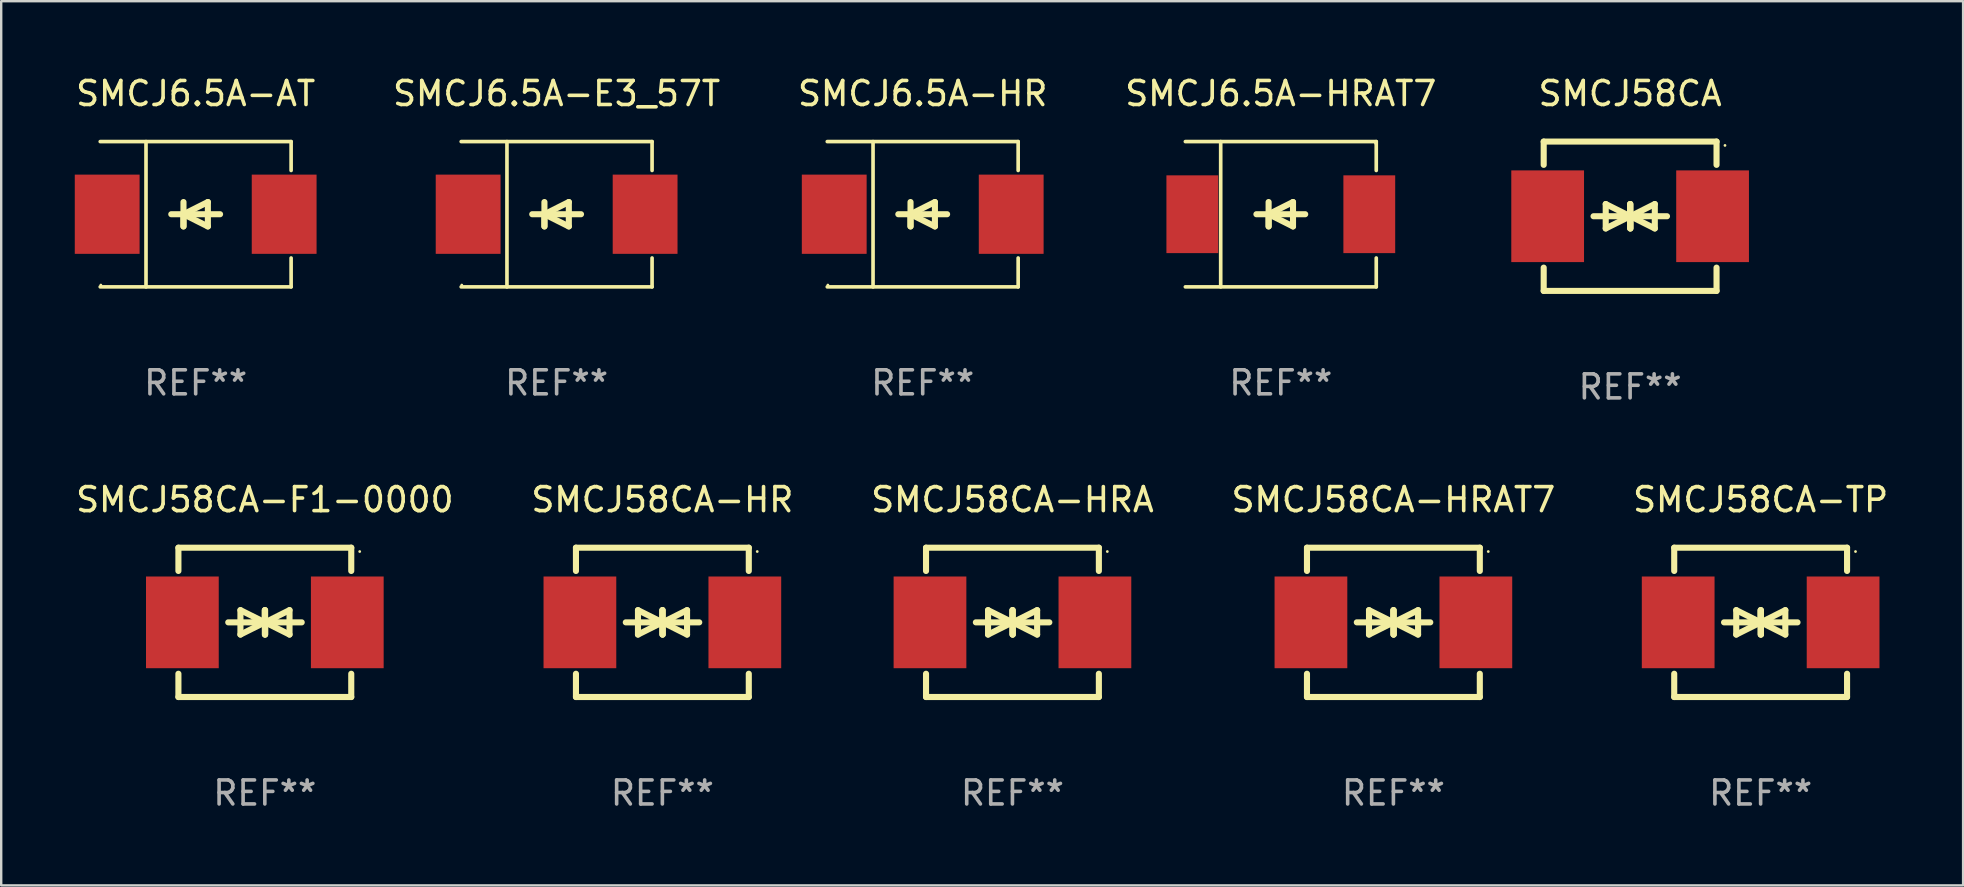
<source format=kicad_pcb>
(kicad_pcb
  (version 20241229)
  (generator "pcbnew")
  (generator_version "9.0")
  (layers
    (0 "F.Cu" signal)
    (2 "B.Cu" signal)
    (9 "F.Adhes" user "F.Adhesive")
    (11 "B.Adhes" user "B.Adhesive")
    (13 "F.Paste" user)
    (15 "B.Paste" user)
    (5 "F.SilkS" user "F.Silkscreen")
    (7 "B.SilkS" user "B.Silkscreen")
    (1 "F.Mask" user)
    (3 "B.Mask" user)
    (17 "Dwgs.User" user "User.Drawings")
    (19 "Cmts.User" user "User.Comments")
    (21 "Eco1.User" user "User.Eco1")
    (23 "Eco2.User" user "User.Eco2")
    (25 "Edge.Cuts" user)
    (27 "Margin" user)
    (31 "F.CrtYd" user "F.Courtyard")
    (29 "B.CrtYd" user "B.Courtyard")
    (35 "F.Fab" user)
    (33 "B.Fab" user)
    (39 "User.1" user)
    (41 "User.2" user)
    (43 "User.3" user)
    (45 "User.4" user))
  (footprint "SMCJ6.5A-AT"
    (layer "F.Cu")
    (at 5.101 5.874)
    (property "Reference" "SMCJ6.5A-AT" (at 0 -5.026 0) (layer "F.SilkS") (effects (font (size 1 1) (thickness 0.15))))
    (attr through_hole)
    (fp_line (start -3.976 -3.026) (end 3.976 -3.026) (stroke (width 0.152) (type solid)) (layer "F.SilkS"))
    (fp_line (start -3.976 3.026) (end 3.976 3.026) (stroke (width 0.152) (type solid)) (layer "F.SilkS"))
    (fp_line (start -2.069 -3.026) (end -2.069 3.026) (stroke (width 0.152) (type solid)) (layer "F.SilkS"))
    (fp_line (start -0.508 0) (end -0.508 0.508) (stroke (width 0.254) (type solid)) (layer "F.SilkS"))
    (fp_line (start -0.508 0) (end 0.508 0.508) (stroke (width 0.254) (type solid)) (layer "F.SilkS"))
    (fp_line (start -0.508 0.508) (end -0.508 -0.508) (stroke (width 0.254) (type solid)) (layer "F.SilkS"))
    (fp_line (start 0.508 -0.508) (end -0.508 0) (stroke (width 0.254) (type solid)) (layer "F.SilkS"))
    (fp_line (start 0.508 0.508) (end 0.508 -0.508) (stroke (width 0.254) (type solid)) (layer "F.SilkS"))
    (fp_line (start 1.016 0) (end -1.016 0) (stroke (width 0.254) (type solid)) (layer "F.SilkS"))
    (fp_line (start 3.976 -3.026) (end 3.976 -1.823) (stroke (width 0.152) (type solid)) (layer "F.SilkS"))
    (fp_line (start 3.976 3.026) (end 3.976 1.823) (stroke (width 0.152) (type solid)) (layer "F.SilkS"))
    (fp_circle (center -3.95 2.95) (end -3.92 2.95) (stroke (width 0.06) (type solid)) (fill no) (layer "F.SilkS"))
    (fp_text user "REF**" (at 0 7.026 0) (layer "F.Fab") (effects (font (size 1 1) (thickness 0.15))))
    (pad "1" smd rect (at -3.686 0) (size 2.7 3.3) (layers "F.Cu" "F.Mask" "F.Paste"))
    (pad "2" smd rect (at 3.686 0) (size 2.7 3.3) (layers "F.Cu" "F.Mask" "F.Paste")))
  (footprint "SMCJ58CA-HR"
    (layer "F.Cu")
    (at 24.542 22.875)
    (property "Reference" "SMCJ58CA-HR" (at 0 -5.11 0) (layer "F.SilkS") (effects (font (size 1 1) (thickness 0.15))))
    (attr through_hole)
    (fp_line (start -3.6 -2.141) (end -3.6 -3.11) (stroke (width 0.254) (type solid)) (layer "F.SilkS"))
    (fp_line (start -3.6 3.11) (end -3.6 2.141) (stroke (width 0.254) (type solid)) (layer "F.SilkS"))
    (fp_line (start -1.524 0) (end 0.508 0) (stroke (width 0.254) (type solid)) (layer "F.SilkS"))
    (fp_line (start -1.016 -0.508) (end -1.016 0.508) (stroke (width 0.254) (type solid)) (layer "F.SilkS"))
    (fp_line (start -1.016 0.508) (end 0 0) (stroke (width 0.254) (type solid)) (layer "F.SilkS"))
    (fp_line (start 0 -0.508) (end 0 0.508) (stroke (width 0.254) (type solid)) (layer "F.SilkS"))
    (fp_line (start 0 0) (end -1.016 -0.508) (stroke (width 0.254) (type solid)) (layer "F.SilkS"))
    (fp_line (start 0 0) (end 0 -0.508) (stroke (width 0.254) (type solid)) (layer "F.SilkS"))
    (fp_line (start 0.012 0) (end 0.012 0.508) (stroke (width 0.254) (type solid)) (layer "F.SilkS"))
    (fp_line (start 0.012 0) (end 1.028 0.508) (stroke (width 0.254) (type solid)) (layer "F.SilkS"))
    (fp_line (start 0.012 0.508) (end 0.012 -0.508) (stroke (width 0.254) (type solid)) (layer "F.SilkS"))
    (fp_line (start 1.028 -0.508) (end 0.012 0) (stroke (width 0.254) (type solid)) (layer "F.SilkS"))
    (fp_line (start 1.028 0.508) (end 1.028 -0.508) (stroke (width 0.254) (type solid)) (layer "F.SilkS"))
    (fp_line (start 1.536 0) (end -0.496 0) (stroke (width 0.254) (type solid)) (layer "F.SilkS"))
    (fp_line (start 3.6 -3.11) (end -3.6 -3.11) (stroke (width 0.254) (type solid)) (layer "F.SilkS"))
    (fp_line (start 3.6 -2.141) (end 3.6 -3.11) (stroke (width 0.254) (type solid)) (layer "F.SilkS"))
    (fp_line (start 3.6 3.11) (end -3.6 3.11) (stroke (width 0.254) (type solid)) (layer "F.SilkS"))
    (fp_line (start 3.6 3.11) (end 3.6 2.141) (stroke (width 0.254) (type solid)) (layer "F.SilkS"))
    (fp_circle (center 3.952 -2.95) (end 3.982 -2.95) (stroke (width 0.06) (type solid)) (fill no) (layer "F.SilkS"))
    (fp_text user "REF**" (at 0 7.11 0) (layer "F.Fab") (effects (font (size 1 1) (thickness 0.15))))
    (pad "1" smd rect (at 3.435 0) (size 3.03 3.82) (layers "F.Cu" "F.Mask" "F.Paste"))
    (pad "2" smd rect (at -3.435 0) (size 3.03 3.82) (layers "F.Cu" "F.Mask" "F.Paste")))
  (footprint "SMCJ58CA-F1-0000"
    (layer "F.Cu")
    (at 7.982 22.875)
    (property "Reference" "SMCJ58CA-F1-0000" (at 0 -5.11 0) (layer "F.SilkS") (effects (font (size 1 1) (thickness 0.15))))
    (attr through_hole)
    (fp_line (start -3.6 -2.141) (end -3.6 -3.11) (stroke (width 0.254) (type solid)) (layer "F.SilkS"))
    (fp_line (start -3.6 3.11) (end -3.6 2.141) (stroke (width 0.254) (type solid)) (layer "F.SilkS"))
    (fp_line (start -1.524 0) (end 0.508 0) (stroke (width 0.254) (type solid)) (layer "F.SilkS"))
    (fp_line (start -1.016 -0.508) (end -1.016 0.508) (stroke (width 0.254) (type solid)) (layer "F.SilkS"))
    (fp_line (start -1.016 0.508) (end 0 0) (stroke (width 0.254) (type solid)) (layer "F.SilkS"))
    (fp_line (start 0 -0.508) (end 0 0.508) (stroke (width 0.254) (type solid)) (layer "F.SilkS"))
    (fp_line (start 0 0) (end -1.016 -0.508) (stroke (width 0.254) (type solid)) (layer "F.SilkS"))
    (fp_line (start 0 0) (end 0 -0.508) (stroke (width 0.254) (type solid)) (layer "F.SilkS"))
    (fp_line (start 0.012 0) (end 0.012 0.508) (stroke (width 0.254) (type solid)) (layer "F.SilkS"))
    (fp_line (start 0.012 0) (end 1.028 0.508) (stroke (width 0.254) (type solid)) (layer "F.SilkS"))
    (fp_line (start 0.012 0.508) (end 0.012 -0.508) (stroke (width 0.254) (type solid)) (layer "F.SilkS"))
    (fp_line (start 1.028 -0.508) (end 0.012 0) (stroke (width 0.254) (type solid)) (layer "F.SilkS"))
    (fp_line (start 1.028 0.508) (end 1.028 -0.508) (stroke (width 0.254) (type solid)) (layer "F.SilkS"))
    (fp_line (start 1.536 0) (end -0.496 0) (stroke (width 0.254) (type solid)) (layer "F.SilkS"))
    (fp_line (start 3.6 -3.11) (end -3.6 -3.11) (stroke (width 0.254) (type solid)) (layer "F.SilkS"))
    (fp_line (start 3.6 -2.141) (end 3.6 -3.11) (stroke (width 0.254) (type solid)) (layer "F.SilkS"))
    (fp_line (start 3.6 3.11) (end -3.6 3.11) (stroke (width 0.254) (type solid)) (layer "F.SilkS"))
    (fp_line (start 3.6 3.11) (end 3.6 2.141) (stroke (width 0.254) (type solid)) (layer "F.SilkS"))
    (fp_circle (center 3.952 -2.95) (end 3.982 -2.95) (stroke (width 0.06) (type solid)) (fill no) (layer "F.SilkS"))
    (fp_text user "REF**" (at 0 7.11 0) (layer "F.Fab") (effects (font (size 1 1) (thickness 0.15))))
    (pad "1" smd rect (at 3.435 0) (size 3.03 3.82) (layers "F.Cu" "F.Mask" "F.Paste"))
    (pad "2" smd rect (at -3.435 0) (size 3.03 3.82) (layers "F.Cu" "F.Mask" "F.Paste")))
  (footprint "SMCJ58CA-HRA"
    (layer "F.Cu")
    (at 39.125 22.875)
    (property "Reference" "SMCJ58CA-HRA" (at 0 -5.11 0) (layer "F.SilkS") (effects (font (size 1 1) (thickness 0.15))))
    (attr through_hole)
    (fp_line (start -3.6 -2.141) (end -3.6 -3.11) (stroke (width 0.254) (type solid)) (layer "F.SilkS"))
    (fp_line (start -3.6 3.11) (end -3.6 2.141) (stroke (width 0.254) (type solid)) (layer "F.SilkS"))
    (fp_line (start -1.524 0) (end 0.508 0) (stroke (width 0.254) (type solid)) (layer "F.SilkS"))
    (fp_line (start -1.016 -0.508) (end -1.016 0.508) (stroke (width 0.254) (type solid)) (layer "F.SilkS"))
    (fp_line (start -1.016 0.508) (end 0 0) (stroke (width 0.254) (type solid)) (layer "F.SilkS"))
    (fp_line (start 0 -0.508) (end 0 0.508) (stroke (width 0.254) (type solid)) (layer "F.SilkS"))
    (fp_line (start 0 0) (end -1.016 -0.508) (stroke (width 0.254) (type solid)) (layer "F.SilkS"))
    (fp_line (start 0 0) (end 0 -0.508) (stroke (width 0.254) (type solid)) (layer "F.SilkS"))
    (fp_line (start 0.012 0) (end 0.012 0.508) (stroke (width 0.254) (type solid)) (layer "F.SilkS"))
    (fp_line (start 0.012 0) (end 1.028 0.508) (stroke (width 0.254) (type solid)) (layer "F.SilkS"))
    (fp_line (start 0.012 0.508) (end 0.012 -0.508) (stroke (width 0.254) (type solid)) (layer "F.SilkS"))
    (fp_line (start 1.028 -0.508) (end 0.012 0) (stroke (width 0.254) (type solid)) (layer "F.SilkS"))
    (fp_line (start 1.028 0.508) (end 1.028 -0.508) (stroke (width 0.254) (type solid)) (layer "F.SilkS"))
    (fp_line (start 1.536 0) (end -0.496 0) (stroke (width 0.254) (type solid)) (layer "F.SilkS"))
    (fp_line (start 3.6 -3.11) (end -3.6 -3.11) (stroke (width 0.254) (type solid)) (layer "F.SilkS"))
    (fp_line (start 3.6 -2.141) (end 3.6 -3.11) (stroke (width 0.254) (type solid)) (layer "F.SilkS"))
    (fp_line (start 3.6 3.11) (end -3.6 3.11) (stroke (width 0.254) (type solid)) (layer "F.SilkS"))
    (fp_line (start 3.6 3.11) (end 3.6 2.141) (stroke (width 0.254) (type solid)) (layer "F.SilkS"))
    (fp_circle (center 3.952 -2.95) (end 3.982 -2.95) (stroke (width 0.06) (type solid)) (fill no) (layer "F.SilkS"))
    (fp_text user "REF**" (at 0 7.11 0) (layer "F.Fab") (effects (font (size 1 1) (thickness 0.15))))
    (pad "1" smd rect (at 3.435 0) (size 3.03 3.82) (layers "F.Cu" "F.Mask" "F.Paste"))
    (pad "2" smd rect (at -3.435 0) (size 3.03 3.82) (layers "F.Cu" "F.Mask" "F.Paste")))
  (footprint "SMCJ6.5A-HR"
    (layer "F.Cu")
    (at 35.387 5.874)
    (property "Reference" "SMCJ6.5A-HR" (at 0 -5.026 0) (layer "F.SilkS") (effects (font (size 1 1) (thickness 0.15))))
    (attr through_hole)
    (fp_line (start -3.976 -3.026) (end 3.976 -3.026) (stroke (width 0.152) (type solid)) (layer "F.SilkS"))
    (fp_line (start -3.976 3.026) (end 3.976 3.026) (stroke (width 0.152) (type solid)) (layer "F.SilkS"))
    (fp_line (start -2.069 -3.026) (end -2.069 3.026) (stroke (width 0.152) (type solid)) (layer "F.SilkS"))
    (fp_line (start -0.508 0) (end -0.508 0.508) (stroke (width 0.254) (type solid)) (layer "F.SilkS"))
    (fp_line (start -0.508 0) (end 0.508 0.508) (stroke (width 0.254) (type solid)) (layer "F.SilkS"))
    (fp_line (start -0.508 0.508) (end -0.508 -0.508) (stroke (width 0.254) (type solid)) (layer "F.SilkS"))
    (fp_line (start 0.508 -0.508) (end -0.508 0) (stroke (width 0.254) (type solid)) (layer "F.SilkS"))
    (fp_line (start 0.508 0.508) (end 0.508 -0.508) (stroke (width 0.254) (type solid)) (layer "F.SilkS"))
    (fp_line (start 1.016 0) (end -1.016 0) (stroke (width 0.254) (type solid)) (layer "F.SilkS"))
    (fp_line (start 3.976 -3.026) (end 3.976 -1.823) (stroke (width 0.152) (type solid)) (layer "F.SilkS"))
    (fp_line (start 3.976 3.026) (end 3.976 1.823) (stroke (width 0.152) (type solid)) (layer "F.SilkS"))
    (fp_circle (center -3.95 2.95) (end -3.92 2.95) (stroke (width 0.06) (type solid)) (fill no) (layer "F.SilkS"))
    (fp_text user "REF**" (at 0 7.026 0) (layer "F.Fab") (effects (font (size 1 1) (thickness 0.15))))
    (pad "1" smd rect (at -3.686 0) (size 2.7 3.3) (layers "F.Cu" "F.Mask" "F.Paste"))
    (pad "2" smd rect (at 3.686 0) (size 2.7 3.3) (layers "F.Cu" "F.Mask" "F.Paste")))
  (footprint "SMCJ6.5A-HRAT7"
    (layer "F.Cu")
    (at 50.304 5.874)
    (property "Reference" "SMCJ6.5A-HRAT7" (at 0 -5.026 0) (layer "F.SilkS") (effects (font (size 1 1) (thickness 0.15))))
    (attr through_hole)
    (fp_line (start -3.976 -3.026) (end 3.976 -3.026) (stroke (width 0.152) (type solid)) (layer "F.SilkS"))
    (fp_line (start -3.976 3.026) (end 3.976 3.026) (stroke (width 0.152) (type solid)) (layer "F.SilkS"))
    (fp_line (start -2.504 -3.026) (end -2.504 3.026) (stroke (width 0.152) (type solid)) (layer "F.SilkS"))
    (fp_line (start -0.508 0) (end -0.508 0.508) (stroke (width 0.254) (type solid)) (layer "F.SilkS"))
    (fp_line (start -0.508 0) (end 0.508 0.508) (stroke (width 0.254) (type solid)) (layer "F.SilkS"))
    (fp_line (start -0.508 0.508) (end -0.508 -0.508) (stroke (width 0.254) (type solid)) (layer "F.SilkS"))
    (fp_line (start 0.508 -0.508) (end -0.508 0) (stroke (width 0.254) (type solid)) (layer "F.SilkS"))
    (fp_line (start 0.508 0.508) (end 0.508 -0.508) (stroke (width 0.254) (type solid)) (layer "F.SilkS"))
    (fp_line (start 1.016 0) (end -1.016 0) (stroke (width 0.254) (type solid)) (layer "F.SilkS"))
    (fp_line (start 3.976 -3.026) (end 3.976 -1.823) (stroke (width 0.152) (type solid)) (layer "F.SilkS"))
    (fp_line (start 3.976 3.026) (end 3.976 1.823) (stroke (width 0.152) (type solid)) (layer "F.SilkS"))
    (fp_circle (center 3.95 -2.95) (end 3.98 -2.95) (stroke (width 0.06) (type solid)) (fill no) (layer "F.SilkS"))
    (fp_text user "REF**" (at 0 7.026 0) (layer "F.Fab") (effects (font (size 1 1) (thickness 0.15))))
    (pad "1" smd rect (at 3.686 0 180) (size 2.158 3.24) (layers "F.Cu" "F.Mask" "F.Paste"))
    (pad "2" smd rect (at -3.686 0 180) (size 2.158 3.24) (layers "F.Cu" "F.Mask" "F.Paste")))
  (footprint "SMCJ6.5A-E3_57T"
    (layer "F.Cu")
    (at 20.137 5.874)
    (property "Reference" "SMCJ6.5A-E3_57T" (at 0 -5.026 0) (layer "F.SilkS") (effects (font (size 1 1) (thickness 0.15))))
    (attr through_hole)
    (fp_line (start -3.976 -3.026) (end 3.976 -3.026) (stroke (width 0.152) (type solid)) (layer "F.SilkS"))
    (fp_line (start -3.976 3.026) (end 3.976 3.026) (stroke (width 0.152) (type solid)) (layer "F.SilkS"))
    (fp_line (start -2.069 -3.026) (end -2.069 3.026) (stroke (width 0.152) (type solid)) (layer "F.SilkS"))
    (fp_line (start -0.508 0) (end -0.508 0.508) (stroke (width 0.254) (type solid)) (layer "F.SilkS"))
    (fp_line (start -0.508 0) (end 0.508 0.508) (stroke (width 0.254) (type solid)) (layer "F.SilkS"))
    (fp_line (start -0.508 0.508) (end -0.508 -0.508) (stroke (width 0.254) (type solid)) (layer "F.SilkS"))
    (fp_line (start 0.508 -0.508) (end -0.508 0) (stroke (width 0.254) (type solid)) (layer "F.SilkS"))
    (fp_line (start 0.508 0.508) (end 0.508 -0.508) (stroke (width 0.254) (type solid)) (layer "F.SilkS"))
    (fp_line (start 1.016 0) (end -1.016 0) (stroke (width 0.254) (type solid)) (layer "F.SilkS"))
    (fp_line (start 3.976 -3.026) (end 3.976 -1.823) (stroke (width 0.152) (type solid)) (layer "F.SilkS"))
    (fp_line (start 3.976 3.026) (end 3.976 1.823) (stroke (width 0.152) (type solid)) (layer "F.SilkS"))
    (fp_circle (center -3.95 2.95) (end -3.92 2.95) (stroke (width 0.06) (type solid)) (fill no) (layer "F.SilkS"))
    (fp_text user "REF**" (at 0 7.026 0) (layer "F.Fab") (effects (font (size 1 1) (thickness 0.15))))
    (pad "1" smd rect (at -3.686 0) (size 2.7 3.3) (layers "F.Cu" "F.Mask" "F.Paste"))
    (pad "2" smd rect (at 3.686 0) (size 2.7 3.3) (layers "F.Cu" "F.Mask" "F.Paste")))
  (footprint "SMCJ58CA"
    (layer "F.Cu")
    (at 64.855 5.958)
    (property "Reference" "SMCJ58CA" (at 0 -5.11 0) (layer "F.SilkS") (effects (font (size 1 1) (thickness 0.15))))
    (attr through_hole)
    (fp_line (start -3.6 -2.141) (end -3.6 -3.11) (stroke (width 0.254) (type solid)) (layer "F.SilkS"))
    (fp_line (start -3.6 3.11) (end -3.6 2.141) (stroke (width 0.254) (type solid)) (layer "F.SilkS"))
    (fp_line (start -1.524 0) (end 0.508 0) (stroke (width 0.254) (type solid)) (layer "F.SilkS"))
    (fp_line (start -1.016 -0.508) (end -1.016 0.508) (stroke (width 0.254) (type solid)) (layer "F.SilkS"))
    (fp_line (start -1.016 0.508) (end 0 0) (stroke (width 0.254) (type solid)) (layer "F.SilkS"))
    (fp_line (start 0 -0.508) (end 0 0.508) (stroke (width 0.254) (type solid)) (layer "F.SilkS"))
    (fp_line (start 0 0) (end -1.016 -0.508) (stroke (width 0.254) (type solid)) (layer "F.SilkS"))
    (fp_line (start 0 0) (end 0 -0.508) (stroke (width 0.254) (type solid)) (layer "F.SilkS"))
    (fp_line (start 0.012 0) (end 0.012 0.508) (stroke (width 0.254) (type solid)) (layer "F.SilkS"))
    (fp_line (start 0.012 0) (end 1.028 0.508) (stroke (width 0.254) (type solid)) (layer "F.SilkS"))
    (fp_line (start 0.012 0.508) (end 0.012 -0.508) (stroke (width 0.254) (type solid)) (layer "F.SilkS"))
    (fp_line (start 1.028 -0.508) (end 0.012 0) (stroke (width 0.254) (type solid)) (layer "F.SilkS"))
    (fp_line (start 1.028 0.508) (end 1.028 -0.508) (stroke (width 0.254) (type solid)) (layer "F.SilkS"))
    (fp_line (start 1.536 0) (end -0.496 0) (stroke (width 0.254) (type solid)) (layer "F.SilkS"))
    (fp_line (start 3.6 -3.11) (end -3.6 -3.11) (stroke (width 0.254) (type solid)) (layer "F.SilkS"))
    (fp_line (start 3.6 -2.141) (end 3.6 -3.11) (stroke (width 0.254) (type solid)) (layer "F.SilkS"))
    (fp_line (start 3.6 3.11) (end -3.6 3.11) (stroke (width 0.254) (type solid)) (layer "F.SilkS"))
    (fp_line (start 3.6 3.11) (end 3.6 2.141) (stroke (width 0.254) (type solid)) (layer "F.SilkS"))
    (fp_circle (center 3.952 -2.95) (end 3.982 -2.95) (stroke (width 0.06) (type solid)) (fill no) (layer "F.SilkS"))
    (fp_text user "REF**" (at 0 7.11 0) (layer "F.Fab") (effects (font (size 1 1) (thickness 0.15))))
    (pad "1" smd rect (at 3.435 0) (size 3.03 3.82) (layers "F.Cu" "F.Mask" "F.Paste"))
    (pad "2" smd rect (at -3.435 0) (size 3.03 3.82) (layers "F.Cu" "F.Mask" "F.Paste")))
  (footprint "SMCJ58CA-HRAT7"
    (layer "F.Cu")
    (at 54.994 22.875)
    (property "Reference" "SMCJ58CA-HRAT7" (at 0 -5.11 0) (layer "F.SilkS") (effects (font (size 1 1) (thickness 0.15))))
    (attr through_hole)
    (fp_line (start -3.6 -2.141) (end -3.6 -3.11) (stroke (width 0.254) (type solid)) (layer "F.SilkS"))
    (fp_line (start -3.6 3.11) (end -3.6 2.141) (stroke (width 0.254) (type solid)) (layer "F.SilkS"))
    (fp_line (start -1.524 0) (end 0.508 0) (stroke (width 0.254) (type solid)) (layer "F.SilkS"))
    (fp_line (start -1.016 -0.508) (end -1.016 0.508) (stroke (width 0.254) (type solid)) (layer "F.SilkS"))
    (fp_line (start -1.016 0.508) (end 0 0) (stroke (width 0.254) (type solid)) (layer "F.SilkS"))
    (fp_line (start 0 -0.508) (end 0 0.508) (stroke (width 0.254) (type solid)) (layer "F.SilkS"))
    (fp_line (start 0 0) (end -1.016 -0.508) (stroke (width 0.254) (type solid)) (layer "F.SilkS"))
    (fp_line (start 0 0) (end 0 -0.508) (stroke (width 0.254) (type solid)) (layer "F.SilkS"))
    (fp_line (start 0.012 0) (end 0.012 0.508) (stroke (width 0.254) (type solid)) (layer "F.SilkS"))
    (fp_line (start 0.012 0) (end 1.028 0.508) (stroke (width 0.254) (type solid)) (layer "F.SilkS"))
    (fp_line (start 0.012 0.508) (end 0.012 -0.508) (stroke (width 0.254) (type solid)) (layer "F.SilkS"))
    (fp_line (start 1.028 -0.508) (end 0.012 0) (stroke (width 0.254) (type solid)) (layer "F.SilkS"))
    (fp_line (start 1.028 0.508) (end 1.028 -0.508) (stroke (width 0.254) (type solid)) (layer "F.SilkS"))
    (fp_line (start 1.536 0) (end -0.496 0) (stroke (width 0.254) (type solid)) (layer "F.SilkS"))
    (fp_line (start 3.6 -3.11) (end -3.6 -3.11) (stroke (width 0.254) (type solid)) (layer "F.SilkS"))
    (fp_line (start 3.6 -2.141) (end 3.6 -3.11) (stroke (width 0.254) (type solid)) (layer "F.SilkS"))
    (fp_line (start 3.6 3.11) (end -3.6 3.11) (stroke (width 0.254) (type solid)) (layer "F.SilkS"))
    (fp_line (start 3.6 3.11) (end 3.6 2.141) (stroke (width 0.254) (type solid)) (layer "F.SilkS"))
    (fp_circle (center 3.952 -2.95) (end 3.982 -2.95) (stroke (width 0.06) (type solid)) (fill no) (layer "F.SilkS"))
    (fp_text user "REF**" (at 0 7.11 0) (layer "F.Fab") (effects (font (size 1 1) (thickness 0.15))))
    (pad "1" smd rect (at 3.435 0) (size 3.03 3.82) (layers "F.Cu" "F.Mask" "F.Paste"))
    (pad "2" smd rect (at -3.435 0) (size 3.03 3.82) (layers "F.Cu" "F.Mask" "F.Paste")))
  (footprint "SMCJ58CA-TP"
    (layer "F.Cu")
    (at 70.292 22.875)
    (property "Reference" "SMCJ58CA-TP" (at 0 -5.11 0) (layer "F.SilkS") (effects (font (size 1 1) (thickness 0.15))))
    (attr through_hole)
    (fp_line (start -3.6 -2.141) (end -3.6 -3.11) (stroke (width 0.254) (type solid)) (layer "F.SilkS"))
    (fp_line (start -3.6 3.11) (end -3.6 2.141) (stroke (width 0.254) (type solid)) (layer "F.SilkS"))
    (fp_line (start -1.524 0) (end 0.508 0) (stroke (width 0.254) (type solid)) (layer "F.SilkS"))
    (fp_line (start -1.016 -0.508) (end -1.016 0.508) (stroke (width 0.254) (type solid)) (layer "F.SilkS"))
    (fp_line (start -1.016 0.508) (end 0 0) (stroke (width 0.254) (type solid)) (layer "F.SilkS"))
    (fp_line (start 0 -0.508) (end 0 0.508) (stroke (width 0.254) (type solid)) (layer "F.SilkS"))
    (fp_line (start 0 0) (end -1.016 -0.508) (stroke (width 0.254) (type solid)) (layer "F.SilkS"))
    (fp_line (start 0 0) (end 0 -0.508) (stroke (width 0.254) (type solid)) (layer "F.SilkS"))
    (fp_line (start 0.012 0) (end 0.012 0.508) (stroke (width 0.254) (type solid)) (layer "F.SilkS"))
    (fp_line (start 0.012 0) (end 1.028 0.508) (stroke (width 0.254) (type solid)) (layer "F.SilkS"))
    (fp_line (start 0.012 0.508) (end 0.012 -0.508) (stroke (width 0.254) (type solid)) (layer "F.SilkS"))
    (fp_line (start 1.028 -0.508) (end 0.012 0) (stroke (width 0.254) (type solid)) (layer "F.SilkS"))
    (fp_line (start 1.028 0.508) (end 1.028 -0.508) (stroke (width 0.254) (type solid)) (layer "F.SilkS"))
    (fp_line (start 1.536 0) (end -0.496 0) (stroke (width 0.254) (type solid)) (layer "F.SilkS"))
    (fp_line (start 3.6 -3.11) (end -3.6 -3.11) (stroke (width 0.254) (type solid)) (layer "F.SilkS"))
    (fp_line (start 3.6 -2.141) (end 3.6 -3.11) (stroke (width 0.254) (type solid)) (layer "F.SilkS"))
    (fp_line (start 3.6 3.11) (end -3.6 3.11) (stroke (width 0.254) (type solid)) (layer "F.SilkS"))
    (fp_line (start 3.6 3.11) (end 3.6 2.141) (stroke (width 0.254) (type solid)) (layer "F.SilkS"))
    (fp_circle (center 3.952 -2.95) (end 3.982 -2.95) (stroke (width 0.06) (type solid)) (fill no) (layer "F.SilkS"))
    (fp_text user "REF**" (at 0 7.11 0) (layer "F.Fab") (effects (font (size 1 1) (thickness 0.15))))
    (pad "1" smd rect (at 3.435 0) (size 3.03 3.82) (layers "F.Cu" "F.Mask" "F.Paste"))
    (pad "2" smd rect (at -3.435 0) (size 3.03 3.82) (layers "F.Cu" "F.Mask" "F.Paste")))
  (gr_rect
    (start -3 -3)
    (end 78.726 33.833)
    (stroke (width 0.1) (type default))
    (fill no)
    (layer "Edge.Cuts")))
</source>
